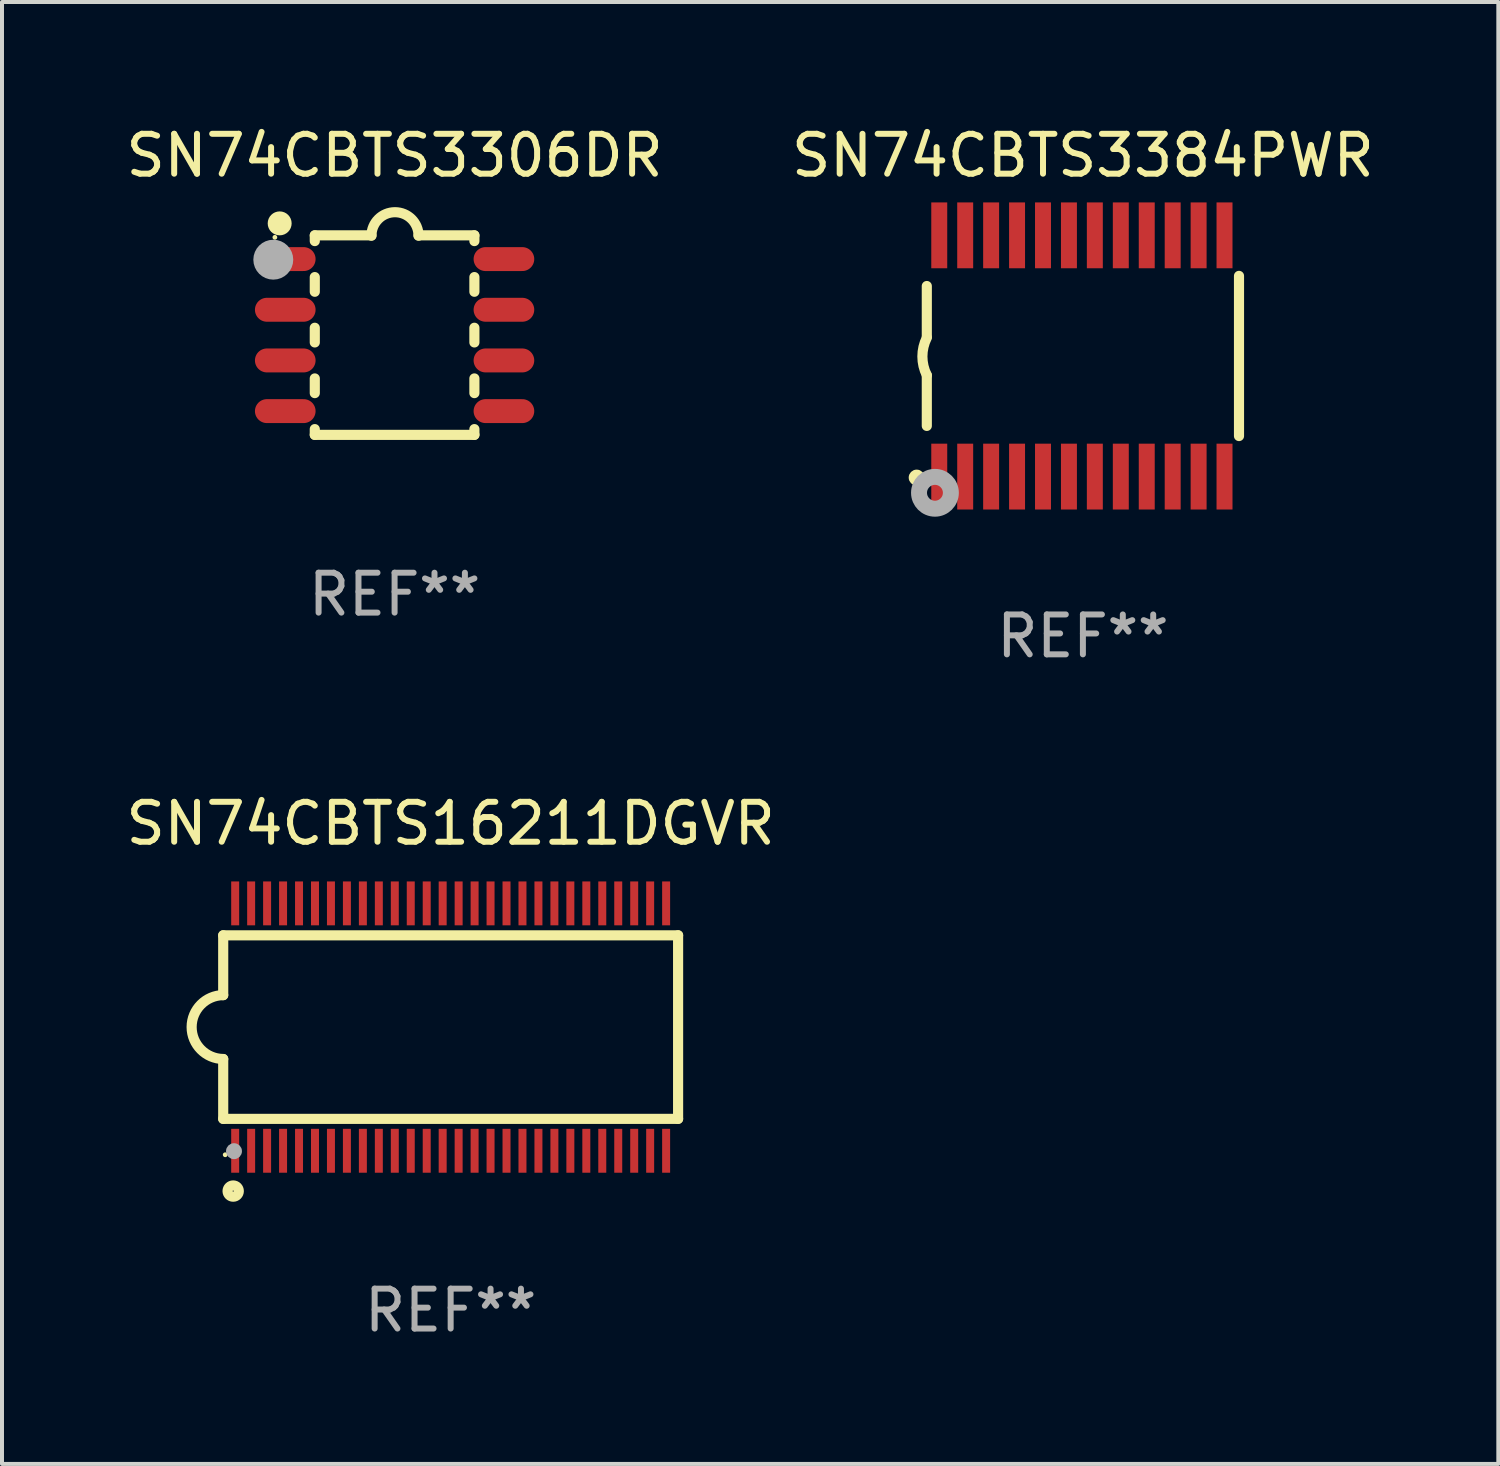
<source format=kicad_pcb>
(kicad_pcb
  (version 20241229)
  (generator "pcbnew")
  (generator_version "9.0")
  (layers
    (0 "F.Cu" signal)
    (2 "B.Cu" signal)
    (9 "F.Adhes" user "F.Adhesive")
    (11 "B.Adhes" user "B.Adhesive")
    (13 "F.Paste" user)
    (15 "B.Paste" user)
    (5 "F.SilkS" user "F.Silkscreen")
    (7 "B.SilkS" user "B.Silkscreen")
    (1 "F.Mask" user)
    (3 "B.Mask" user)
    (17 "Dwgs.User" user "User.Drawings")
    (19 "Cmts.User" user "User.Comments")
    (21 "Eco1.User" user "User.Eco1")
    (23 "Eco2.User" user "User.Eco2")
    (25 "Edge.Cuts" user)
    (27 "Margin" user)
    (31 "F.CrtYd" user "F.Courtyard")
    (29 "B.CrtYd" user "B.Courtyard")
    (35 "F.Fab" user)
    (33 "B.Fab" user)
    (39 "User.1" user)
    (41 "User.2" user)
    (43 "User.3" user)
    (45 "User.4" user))
  (footprint "SN74CBTS16211DGVR"
    (layer "F.Cu")
    (at 8.244 22.69)
    (property "Reference" "SN74CBTS16211DGVR" (at 0 -5.1 0) (layer "F.SilkS") (effects (font (size 1 1) (thickness 0.15))))
    (attr through_hole)
    (fp_line (start -5.7 -2.3) (end -5.7 -0.8) (stroke (width 0.254) (type solid)) (layer "F.SilkS"))
    (fp_line (start -5.7 -2.3) (end 5.7 -2.3) (stroke (width 0.254) (type solid)) (layer "F.SilkS"))
    (fp_line (start -5.7 2.3) (end -5.7 0.8) (stroke (width 0.254) (type solid)) (layer "F.SilkS"))
    (fp_line (start -5.7 2.3) (end 5.7 2.3) (stroke (width 0.254) (type solid)) (layer "F.SilkS"))
    (fp_line (start 5.7 -2.3) (end 5.7 2.3) (stroke (width 0.254) (type solid)) (layer "F.SilkS"))
    (fp_arc (start -5.700013 0.800025) (mid -6.500343 -0.000382) (end -5.699962 -0.800737) (stroke (width 0.254001) (type solid)) (layer "F.SilkS"))
    (fp_circle (center -5.65 3.2) (end -5.62 3.2) (stroke (width 0.06) (type solid)) (fill no) (layer "F.SilkS"))
    (fp_circle (center -5.45 4.11) (end -5.309 4.11) (stroke (width 0.254) (type solid)) (fill no) (layer "F.SilkS"))
    (fp_circle (center -5.43 3.11) (end -5.33 3.11) (stroke (width 0.2) (type solid)) (fill no) (layer "F.Fab"))
    (fp_text user "REF**" (at 0 7.1 0) (layer "F.Fab") (effects (font (size 1 1) (thickness 0.15))))
    (pad "1" smd rect (at -5.4 3.1) (size 0.2 1.1) (layers "F.Cu" "F.Mask" "F.Paste"))
    (pad "2" smd rect (at -5 3.1) (size 0.2 1.1) (layers "F.Cu" "F.Mask" "F.Paste"))
    (pad "3" smd rect (at -4.6 3.1) (size 0.2 1.1) (layers "F.Cu" "F.Mask" "F.Paste"))
    (pad "4" smd rect (at -4.2 3.1) (size 0.2 1.1) (layers "F.Cu" "F.Mask" "F.Paste"))
    (pad "5" smd rect (at -3.8 3.1) (size 0.2 1.1) (layers "F.Cu" "F.Mask" "F.Paste"))
    (pad "6" smd rect (at -3.4 3.1) (size 0.2 1.1) (layers "F.Cu" "F.Mask" "F.Paste"))
    (pad "7" smd rect (at -3 3.1) (size 0.2 1.1) (layers "F.Cu" "F.Mask" "F.Paste"))
    (pad "8" smd rect (at -2.6 3.1) (size 0.2 1.1) (layers "F.Cu" "F.Mask" "F.Paste"))
    (pad "9" smd rect (at -2.2 3.1) (size 0.2 1.1) (layers "F.Cu" "F.Mask" "F.Paste"))
    (pad "10" smd rect (at -1.8 3.1) (size 0.2 1.1) (layers "F.Cu" "F.Mask" "F.Paste"))
    (pad "11" smd rect (at -1.4 3.1) (size 0.2 1.1) (layers "F.Cu" "F.Mask" "F.Paste"))
    (pad "12" smd rect (at -1 3.1) (size 0.2 1.1) (layers "F.Cu" "F.Mask" "F.Paste"))
    (pad "13" smd rect (at -0.6 3.1) (size 0.2 1.1) (layers "F.Cu" "F.Mask" "F.Paste"))
    (pad "14" smd rect (at -0.2 3.1) (size 0.2 1.1) (layers "F.Cu" "F.Mask" "F.Paste"))
    (pad "15" smd rect (at 0.2 3.1) (size 0.2 1.1) (layers "F.Cu" "F.Mask" "F.Paste"))
    (pad "16" smd rect (at 0.6 3.1) (size 0.2 1.1) (layers "F.Cu" "F.Mask" "F.Paste"))
    (pad "17" smd rect (at 1 3.1) (size 0.2 1.1) (layers "F.Cu" "F.Mask" "F.Paste"))
    (pad "18" smd rect (at 1.4 3.1) (size 0.2 1.1) (layers "F.Cu" "F.Mask" "F.Paste"))
    (pad "19" smd rect (at 1.8 3.1) (size 0.2 1.1) (layers "F.Cu" "F.Mask" "F.Paste"))
    (pad "20" smd rect (at 2.2 3.1) (size 0.2 1.1) (layers "F.Cu" "F.Mask" "F.Paste"))
    (pad "21" smd rect (at 2.6 3.1) (size 0.2 1.1) (layers "F.Cu" "F.Mask" "F.Paste"))
    (pad "22" smd rect (at 3 3.1) (size 0.2 1.1) (layers "F.Cu" "F.Mask" "F.Paste"))
    (pad "23" smd rect (at 3.4 3.1) (size 0.2 1.1) (layers "F.Cu" "F.Mask" "F.Paste"))
    (pad "24" smd rect (at 3.8 3.1) (size 0.2 1.1) (layers "F.Cu" "F.Mask" "F.Paste"))
    (pad "25" smd rect (at 4.2 3.1) (size 0.2 1.1) (layers "F.Cu" "F.Mask" "F.Paste"))
    (pad "26" smd rect (at 4.6 3.1) (size 0.2 1.1) (layers "F.Cu" "F.Mask" "F.Paste"))
    (pad "27" smd rect (at 5 3.1) (size 0.2 1.1) (layers "F.Cu" "F.Mask" "F.Paste"))
    (pad "28" smd rect (at 5.4 3.1) (size 0.2 1.1) (layers "F.Cu" "F.Mask" "F.Paste"))
    (pad "29" smd rect (at 5.4 -3.1) (size 0.2 1.1) (layers "F.Cu" "F.Mask" "F.Paste"))
    (pad "30" smd rect (at 5 -3.1) (size 0.2 1.1) (layers "F.Cu" "F.Mask" "F.Paste"))
    (pad "31" smd rect (at 4.6 -3.1) (size 0.2 1.1) (layers "F.Cu" "F.Mask" "F.Paste"))
    (pad "32" smd rect (at 4.2 -3.1) (size 0.2 1.1) (layers "F.Cu" "F.Mask" "F.Paste"))
    (pad "33" smd rect (at 3.8 -3.1) (size 0.2 1.1) (layers "F.Cu" "F.Mask" "F.Paste"))
    (pad "34" smd rect (at 3.4 -3.1) (size 0.2 1.1) (layers "F.Cu" "F.Mask" "F.Paste"))
    (pad "35" smd rect (at 3 -3.1) (size 0.2 1.1) (layers "F.Cu" "F.Mask" "F.Paste"))
    (pad "36" smd rect (at 2.6 -3.1) (size 0.2 1.1) (layers "F.Cu" "F.Mask" "F.Paste"))
    (pad "37" smd rect (at 2.2 -3.1) (size 0.2 1.1) (layers "F.Cu" "F.Mask" "F.Paste"))
    (pad "38" smd rect (at 1.8 -3.1) (size 0.2 1.1) (layers "F.Cu" "F.Mask" "F.Paste"))
    (pad "39" smd rect (at 1.4 -3.1) (size 0.2 1.1) (layers "F.Cu" "F.Mask" "F.Paste"))
    (pad "40" smd rect (at 1 -3.1) (size 0.2 1.1) (layers "F.Cu" "F.Mask" "F.Paste"))
    (pad "41" smd rect (at 0.6 -3.1) (size 0.2 1.1) (layers "F.Cu" "F.Mask" "F.Paste"))
    (pad "42" smd rect (at 0.2 -3.1) (size 0.2 1.1) (layers "F.Cu" "F.Mask" "F.Paste"))
    (pad "43" smd rect (at -0.2 -3.1) (size 0.2 1.1) (layers "F.Cu" "F.Mask" "F.Paste"))
    (pad "44" smd rect (at -0.6 -3.1) (size 0.2 1.1) (layers "F.Cu" "F.Mask" "F.Paste"))
    (pad "45" smd rect (at -1 -3.1) (size 0.2 1.1) (layers "F.Cu" "F.Mask" "F.Paste"))
    (pad "46" smd rect (at -1.4 -3.1) (size 0.2 1.1) (layers "F.Cu" "F.Mask" "F.Paste"))
    (pad "47" smd rect (at -1.8 -3.1) (size 0.2 1.1) (layers "F.Cu" "F.Mask" "F.Paste"))
    (pad "48" smd rect (at -2.2 -3.1) (size 0.2 1.1) (layers "F.Cu" "F.Mask" "F.Paste"))
    (pad "49" smd rect (at -2.6 -3.1) (size 0.2 1.1) (layers "F.Cu" "F.Mask" "F.Paste"))
    (pad "50" smd rect (at -3 -3.1) (size 0.2 1.1) (layers "F.Cu" "F.Mask" "F.Paste"))
    (pad "51" smd rect (at -3.4 -3.1) (size 0.2 1.1) (layers "F.Cu" "F.Mask" "F.Paste"))
    (pad "52" smd rect (at -3.8 -3.1) (size 0.2 1.1) (layers "F.Cu" "F.Mask" "F.Paste"))
    (pad "53" smd rect (at -4.2 -3.1) (size 0.2 1.1) (layers "F.Cu" "F.Mask" "F.Paste"))
    (pad "54" smd rect (at -4.6 -3.1) (size 0.2 1.1) (layers "F.Cu" "F.Mask" "F.Paste"))
    (pad "55" smd rect (at -5 -3.1) (size 0.2 1.1) (layers "F.Cu" "F.Mask" "F.Paste"))
    (pad "56" smd rect (at -5.4 -3.1) (size 0.2 1.1) (layers "F.Cu" "F.Mask" "F.Paste")))
  (footprint "SN74CBTS3384PWR"
    (layer "F.Cu")
    (at 24.089 5.871)
    (property "Reference" "SN74CBTS3384PWR" (at 0 -5.023 0) (layer "F.SilkS") (effects (font (size 1 1) (thickness 0.15))))
    (attr through_hole)
    (fp_line (start -3.912 -0.483) (end -3.912 -1.753) (stroke (width 0.254) (type solid)) (layer "F.SilkS"))
    (fp_line (start -3.912 1.753) (end -3.912 0.483) (stroke (width 0.254) (type solid)) (layer "F.SilkS"))
    (fp_line (start 3.912 -2.007) (end 3.912 2.007) (stroke (width 0.254) (type solid)) (layer "F.SilkS"))
    (fp_arc (start -3.911608 0.482601) (mid -4.022537 0.0127) (end -3.911608 -0.457201) (stroke (width 0.254001) (type solid)) (layer "F.SilkS"))
    (fp_circle (center -4.166 3.048) (end -4.066 3.048) (stroke (width 0.2) (type solid)) (fill no) (layer "F.SilkS"))
    (fp_circle (center -3.925 3.186) (end -3.895 3.186) (stroke (width 0.06) (type solid)) (fill no) (layer "F.SilkS"))
    (fp_circle (center -3.708 3.429) (end -3.509 3.429) (stroke (width 0.4) (type solid)) (fill no) (layer "F.Fab"))
    (fp_text user "REF**" (at 0 7.023 0) (layer "F.Fab") (effects (font (size 1 1) (thickness 0.15))))
    (pad "1" smd rect (at -3.6 3.023) (size 0.4 1.65) (layers "F.Cu" "F.Mask" "F.Paste"))
    (pad "2" smd rect (at -2.95 3.023) (size 0.4 1.65) (layers "F.Cu" "F.Mask" "F.Paste"))
    (pad "3" smd rect (at -2.3 3.023) (size 0.4 1.65) (layers "F.Cu" "F.Mask" "F.Paste"))
    (pad "4" smd rect (at -1.65 3.023) (size 0.4 1.65) (layers "F.Cu" "F.Mask" "F.Paste"))
    (pad "5" smd rect (at -1 3.023) (size 0.4 1.65) (layers "F.Cu" "F.Mask" "F.Paste"))
    (pad "6" smd rect (at -0.35 3.023) (size 0.4 1.65) (layers "F.Cu" "F.Mask" "F.Paste"))
    (pad "7" smd rect (at 0.299 3.023) (size 0.4 1.65) (layers "F.Cu" "F.Mask" "F.Paste"))
    (pad "8" smd rect (at 0.95 3.023) (size 0.4 1.65) (layers "F.Cu" "F.Mask" "F.Paste"))
    (pad "9" smd rect (at 1.6 3.023) (size 0.4 1.65) (layers "F.Cu" "F.Mask" "F.Paste"))
    (pad "10" smd rect (at 2.25 3.023) (size 0.4 1.65) (layers "F.Cu" "F.Mask" "F.Paste"))
    (pad "11" smd rect (at 2.9 3.023) (size 0.4 1.65) (layers "F.Cu" "F.Mask" "F.Paste"))
    (pad "12" smd rect (at 3.549 3.023) (size 0.4 1.65) (layers "F.Cu" "F.Mask" "F.Paste"))
    (pad "13" smd rect (at 3.549 -3.023) (size 0.4 1.65) (layers "F.Cu" "F.Mask" "F.Paste"))
    (pad "14" smd rect (at 2.9 -3.023) (size 0.4 1.65) (layers "F.Cu" "F.Mask" "F.Paste"))
    (pad "15" smd rect (at 2.25 -3.023) (size 0.4 1.65) (layers "F.Cu" "F.Mask" "F.Paste"))
    (pad "16" smd rect (at 1.6 -3.023) (size 0.4 1.65) (layers "F.Cu" "F.Mask" "F.Paste"))
    (pad "17" smd rect (at 0.95 -3.023) (size 0.4 1.65) (layers "F.Cu" "F.Mask" "F.Paste"))
    (pad "18" smd rect (at 0.299 -3.023) (size 0.4 1.65) (layers "F.Cu" "F.Mask" "F.Paste"))
    (pad "19" smd rect (at -0.35 -3.023) (size 0.4 1.65) (layers "F.Cu" "F.Mask" "F.Paste"))
    (pad "20" smd rect (at -1 -3.023) (size 0.4 1.65) (layers "F.Cu" "F.Mask" "F.Paste"))
    (pad "21" smd rect (at -1.65 -3.023) (size 0.4 1.65) (layers "F.Cu" "F.Mask" "F.Paste"))
    (pad "22" smd rect (at -2.3 -3.023) (size 0.4 1.65) (layers "F.Cu" "F.Mask" "F.Paste"))
    (pad "23" smd rect (at -2.95 -3.023) (size 0.4 1.65) (layers "F.Cu" "F.Mask" "F.Paste"))
    (pad "24" smd rect (at -3.6 -3.023) (size 0.4 1.65) (layers "F.Cu" "F.Mask" "F.Paste")))
  (footprint "SN74CBTS3306DR"
    (layer "F.Cu")
    (at 6.839 5.348)
    (property "Reference" "SN74CBTS3306DR" (at 0 -4.5 0) (layer "F.SilkS") (effects (font (size 1 1) (thickness 0.15))))
    (attr through_hole)
    (fp_line (start -2 -2.5) (end -2 -2.356) (stroke (width 0.254) (type solid)) (layer "F.SilkS"))
    (fp_line (start -2 -1.454) (end -2 -1.086) (stroke (width 0.254) (type solid)) (layer "F.SilkS"))
    (fp_line (start -2 -0.184) (end -2 0.184) (stroke (width 0.254) (type solid)) (layer "F.SilkS"))
    (fp_line (start -2 1.086) (end -2 1.454) (stroke (width 0.254) (type solid)) (layer "F.SilkS"))
    (fp_line (start -2 2.356) (end -2 2.5) (stroke (width 0.254) (type solid)) (layer "F.SilkS"))
    (fp_line (start -0.58 -2.5) (end -2 -2.5) (stroke (width 0.254) (type solid)) (layer "F.SilkS"))
    (fp_line (start 2 -2.5) (end 0.6 -2.5) (stroke (width 0.254) (type solid)) (layer "F.SilkS"))
    (fp_line (start 2 -2.5) (end 2 -2.356) (stroke (width 0.254) (type solid)) (layer "F.SilkS"))
    (fp_line (start 2 -1.454) (end 2 -1.086) (stroke (width 0.254) (type solid)) (layer "F.SilkS"))
    (fp_line (start 2 -0.184) (end 2 0.184) (stroke (width 0.254) (type solid)) (layer "F.SilkS"))
    (fp_line (start 2 1.086) (end 2 1.454) (stroke (width 0.254) (type solid)) (layer "F.SilkS"))
    (fp_line (start 2 2.356) (end 2 2.5) (stroke (width 0.254) (type solid)) (layer "F.SilkS"))
    (fp_line (start 2 2.5) (end -2 2.5) (stroke (width 0.254) (type solid)) (layer "F.SilkS"))
    (fp_arc (start -0.579908 -2.489992) (mid 0.010097 -3.07831) (end 0.600102 -2.489992) (stroke (width 0.254001) (type solid)) (layer "F.SilkS"))
    (fp_circle (center -3 -2.45) (end -2.97 -2.45) (stroke (width 0.06) (type solid)) (fill no) (layer "F.SilkS"))
    (fp_circle (center -2.88 -2.8) (end -2.73 -2.8) (stroke (width 0.3) (type solid)) (fill no) (layer "F.SilkS"))
    (fp_circle (center -3.04 -1.89) (end -2.79 -1.89) (stroke (width 0.5) (type solid)) (fill no) (layer "F.Fab"))
    (fp_text user "REF**" (at 0 6.5 0) (layer "F.Fab") (effects (font (size 1 1) (thickness 0.15))))
    (pad "1" smd oval (at -2.74 -1.905 90) (size 0.6 1.52) (layers "F.Cu" "F.Mask" "F.Paste"))
    (pad "2" smd oval (at -2.74 -0.635 90) (size 0.6 1.52) (layers "F.Cu" "F.Mask" "F.Paste"))
    (pad "3" smd oval (at -2.74 0.635 90) (size 0.6 1.52) (layers "F.Cu" "F.Mask" "F.Paste"))
    (pad "4" smd oval (at -2.74 1.905 90) (size 0.6 1.52) (layers "F.Cu" "F.Mask" "F.Paste"))
    (pad "5" smd oval (at 2.74 1.905 90) (size 0.6 1.52) (layers "F.Cu" "F.Mask" "F.Paste"))
    (pad "6" smd oval (at 2.74 0.635 90) (size 0.6 1.52) (layers "F.Cu" "F.Mask" "F.Paste"))
    (pad "7" smd oval (at 2.74 -0.635 90) (size 0.6 1.52) (layers "F.Cu" "F.Mask" "F.Paste"))
    (pad "8" smd oval (at 2.74 -1.905 90) (size 0.6 1.52) (layers "F.Cu" "F.Mask" "F.Paste")))
  (gr_rect
    (start -3 -3)
    (end 34.5 33.638)
    (stroke (width 0.1) (type default))
    (fill no)
    (layer "Edge.Cuts")))
</source>
